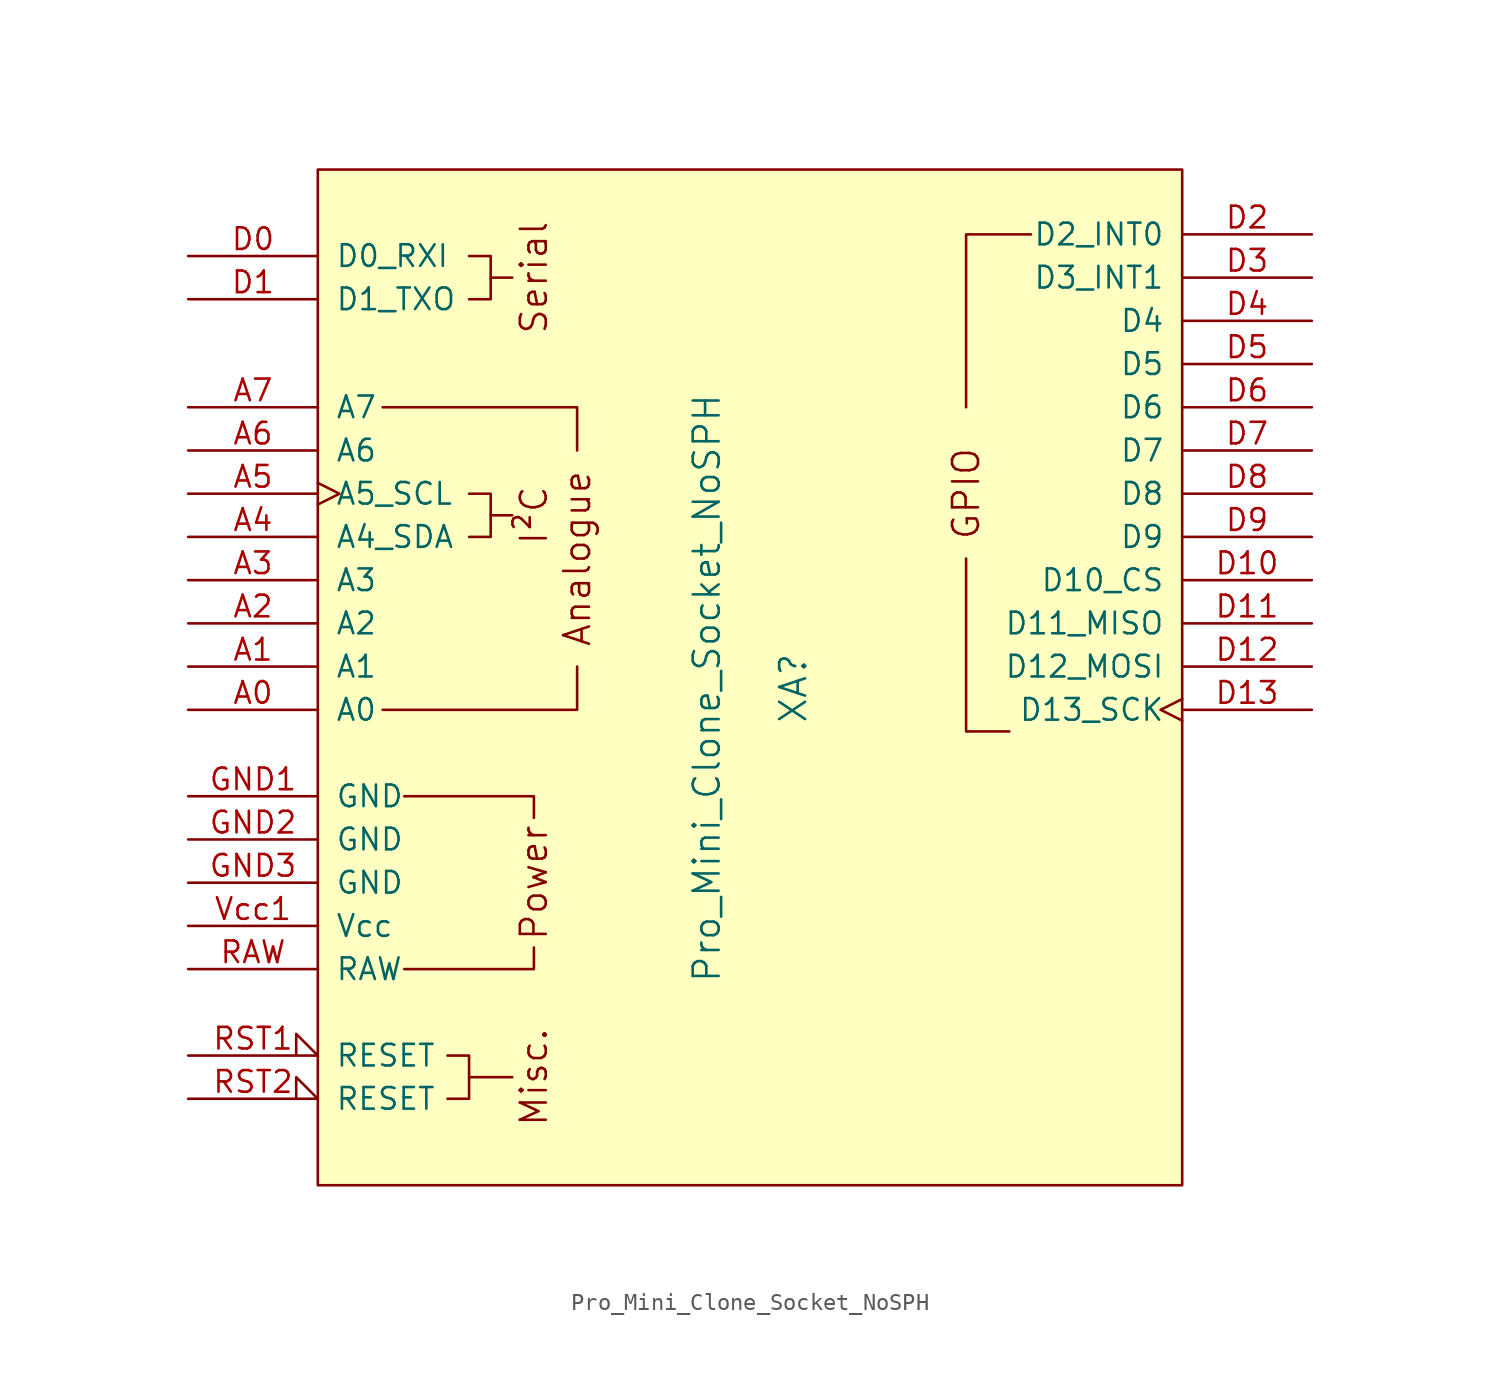
<source format=kicad_sym>
(kicad_symbol_lib
  (version 20211014)
  (generator kicad_symbol_editor)
  (symbol "Pro_Mini_Clone_Socket_NoSPH"
    (pin_names
      (offset 1.016))
    (property "Reference" "XA"
      (at 2.54 0 90)
      (effects (font (size 1.524 1.524))))
    (property "Value" "Pro_Mini_Clone_Socket_NoSPH"
      (at -2.54 0 90)
      (effects (font (size 1.524 1.524))))
    (symbol "Pro_Mini_Clone_Socket_NoSPH_0_0"
      (rectangle (start -25.4 30.48) (end 25.4 -29.21) (stroke (width 0) (type default) (color 0 0 0 0)) (fill (type background)))
      (polyline (pts (xy -15.24 10.16) (xy -13.97 10.16)) (stroke (width 0) (type default) (color 0 0 0 0)) (fill (type none)))
      (polyline (pts (xy -15.24 24.13) (xy -13.97 24.13)) (stroke (width 0) (type default) (color 0 0 0 0)) (fill (type none)))
      (polyline (pts (xy -13.97 -22.86) (xy -16.51 -22.86)) (stroke (width 0) (type default) (color 0 0 0 0)) (fill (type none)))
      (polyline (pts (xy -20.32 -16.51) (xy -12.7 -16.51) (xy -12.7 -15.24)) (stroke (width 0) (type default) (color 0 0 0 0)) (fill (type none)))
      (polyline (pts (xy -12.7 -7.62) (xy -12.7 -6.35) (xy -20.32 -6.35)) (stroke (width 0) (type default) (color 0 0 0 0)) (fill (type none)))
      (polyline (pts (xy -10.16 1.27) (xy -10.16 -1.27) (xy -21.59 -1.27)) (stroke (width 0) (type default) (color 0 0 0 0)) (fill (type none)))
      (polyline (pts (xy -10.16 13.97) (xy -10.16 16.51) (xy -21.59 16.51)) (stroke (width 0) (type default) (color 0 0 0 0)) (fill (type none)))
      (polyline (pts (xy -16.51 11.43) (xy -15.24 11.43) (xy -15.24 8.89) (xy -16.51 8.89)) (stroke (width 0) (type default) (color 0 0 0 0)) (fill (type none)))
      (polyline (pts (xy -16.51 25.4) (xy -15.24 25.4) (xy -15.24 22.86) (xy -16.51 22.86)) (stroke (width 0) (type default) (color 0 0 0 0)) (fill (type none)))
      (text "Analogue" (at -10.16 7.62 900) (effects (font (size 1.524 1.524))))
      (text "I²C" (at -12.7 10.16 900) (effects (font (size 1.524 1.524))))
      (text "Misc." (at -12.7 -22.86 900) (effects (font (size 1.524 1.524))))
      (text "Power" (at -12.7 -11.43 900) (effects (font (size 1.524 1.524))))
      (text "Serial" (at -12.7 24.13 900) (effects (font (size 1.524 1.524)))))
    (symbol "Pro_Mini_Clone_Socket_NoSPH_0_1"
      (polyline (pts (xy 15.24 -2.54) (xy 12.7 -2.54) (xy 12.7 7.62)) (stroke (width 0) (type default) (color 0 0 0 0)) (fill (type none)))
      (polyline (pts (xy 16.51 26.67) (xy 12.7 26.67) (xy 12.7 16.51)) (stroke (width 0) (type default) (color 0 0 0 0)) (fill (type none)))
      (polyline (pts (xy -17.78 -24.13) (xy -16.51 -24.13) (xy -16.51 -21.59) (xy -17.78 -21.59)) (stroke (width 0) (type default) (color 0 0 0 0)) (fill (type none))))
    (symbol "Pro_Mini_Clone_Socket_NoSPH_1_0"
      (text "GPIO" (at 12.7 11.43 900) (effects (font (size 1.524 1.524)))))
    (symbol "Pro_Mini_Clone_Socket_NoSPH_1_1"
      (pin bidirectional line (at -33.02 -1.27 0) (length 7.62) (name "A0" (effects (font (size 1.27 1.27)))) (number "A0" (effects (font (size 1.27 1.27)))))
      (pin bidirectional line (at -33.02 1.27 0) (length 7.62) (name "A1" (effects (font (size 1.27 1.27)))) (number "A1" (effects (font (size 1.27 1.27)))))
      (pin bidirectional line (at -33.02 3.81 0) (length 7.62) (name "A2" (effects (font (size 1.27 1.27)))) (number "A2" (effects (font (size 1.27 1.27)))))
      (pin bidirectional line (at -33.02 6.35 0) (length 7.62) (name "A3" (effects (font (size 1.27 1.27)))) (number "A3" (effects (font (size 1.27 1.27)))))
      (pin bidirectional line (at -33.02 8.89 0) (length 7.62) (name "A4_SDA" (effects (font (size 1.27 1.27)))) (number "A4" (effects (font (size 1.27 1.27)))))
      (pin bidirectional clock (at -33.02 11.43 0) (length 7.62) (name "A5_SCL" (effects (font (size 1.27 1.27)))) (number "A5" (effects (font (size 1.27 1.27)))))
      (pin input line (at -33.02 13.97 0) (length 7.62) (name "A6" (effects (font (size 1.27 1.27)))) (number "A6" (effects (font (size 1.27 1.27)))))
      (pin input line (at -33.02 16.51 0) (length 7.62) (name "A7" (effects (font (size 1.27 1.27)))) (number "A7" (effects (font (size 1.27 1.27)))))
      (pin bidirectional line (at -33.02 25.4 0) (length 7.62) (name "D0_RXI" (effects (font (size 1.27 1.27)))) (number "D0" (effects (font (size 1.27 1.27)))))
      (pin bidirectional line (at -33.02 22.86 0) (length 7.62) (name "D1_TXO" (effects (font (size 1.27 1.27)))) (number "D1" (effects (font (size 1.27 1.27)))))
      (pin bidirectional line (at 33.02 6.35 180) (length 7.62) (name "D10_CS" (effects (font (size 1.27 1.27)))) (number "D10" (effects (font (size 1.27 1.27)))))
      (pin bidirectional line (at 33.02 3.81 180) (length 7.62) (name "D11_MISO" (effects (font (size 1.27 1.27)))) (number "D11" (effects (font (size 1.27 1.27)))))
      (pin bidirectional line (at 33.02 1.27 180) (length 7.62) (name "D12_MOSI" (effects (font (size 1.27 1.27)))) (number "D12" (effects (font (size 1.27 1.27)))))
      (pin bidirectional clock (at 33.02 -1.27 180) (length 7.62) (name "D13_SCK" (effects (font (size 1.27 1.27)))) (number "D13" (effects (font (size 1.27 1.27)))))
      (pin bidirectional line (at 33.02 26.67 180) (length 7.62) (name "D2_INT0" (effects (font (size 1.27 1.27)))) (number "D2" (effects (font (size 1.27 1.27)))))
      (pin bidirectional line (at 33.02 24.13 180) (length 7.62) (name "D3_INT1" (effects (font (size 1.27 1.27)))) (number "D3" (effects (font (size 1.27 1.27)))))
      (pin bidirectional line (at 33.02 21.59 180) (length 7.62) (name "D4" (effects (font (size 1.27 1.27)))) (number "D4" (effects (font (size 1.27 1.27)))))
      (pin bidirectional line (at 33.02 19.05 180) (length 7.62) (name "D5" (effects (font (size 1.27 1.27)))) (number "D5" (effects (font (size 1.27 1.27)))))
      (pin bidirectional line (at 33.02 16.51 180) (length 7.62) (name "D6" (effects (font (size 1.27 1.27)))) (number "D6" (effects (font (size 1.27 1.27)))))
      (pin bidirectional line (at 33.02 13.97 180) (length 7.62) (name "D7" (effects (font (size 1.27 1.27)))) (number "D7" (effects (font (size 1.27 1.27)))))
      (pin bidirectional line (at 33.02 11.43 180) (length 7.62) (name "D8" (effects (font (size 1.27 1.27)))) (number "D8" (effects (font (size 1.27 1.27)))))
      (pin bidirectional line (at 33.02 8.89 180) (length 7.62) (name "D9" (effects (font (size 1.27 1.27)))) (number "D9" (effects (font (size 1.27 1.27)))))
      (pin power_in line (at -33.02 -6.35 0) (length 7.62) (name "GND" (effects (font (size 1.27 1.27)))) (number "GND1" (effects (font (size 1.27 1.27)))))
      (pin power_in line (at -33.02 -8.89 0) (length 7.62) (name "GND" (effects (font (size 1.27 1.27)))) (number "GND2" (effects (font (size 1.27 1.27)))))
      (pin power_in line (at -33.02 -11.43 0) (length 7.62) (name "GND" (effects (font (size 1.27 1.27)))) (number "GND3" (effects (font (size 1.27 1.27)))))
      (pin power_in line (at -33.02 -16.51 0) (length 7.62) (name "RAW" (effects (font (size 1.27 1.27)))) (number "RAW" (effects (font (size 1.27 1.27)))))
      (pin open_collector input_low (at -33.02 -21.59 0) (length 7.62) (name "RESET" (effects (font (size 1.27 1.27)))) (number "RST1" (effects (font (size 1.27 1.27)))))
      (pin open_collector input_low (at -33.02 -24.13 0) (length 7.62) (name "RESET" (effects (font (size 1.27 1.27)))) (number "RST2" (effects (font (size 1.27 1.27)))))
      (pin power_in line (at -33.02 -13.97 0) (length 7.62) (name "Vcc" (effects (font (size 1.27 1.27)))) (number "Vcc1" (effects (font (size 1.27 1.27))))))))
</source>
